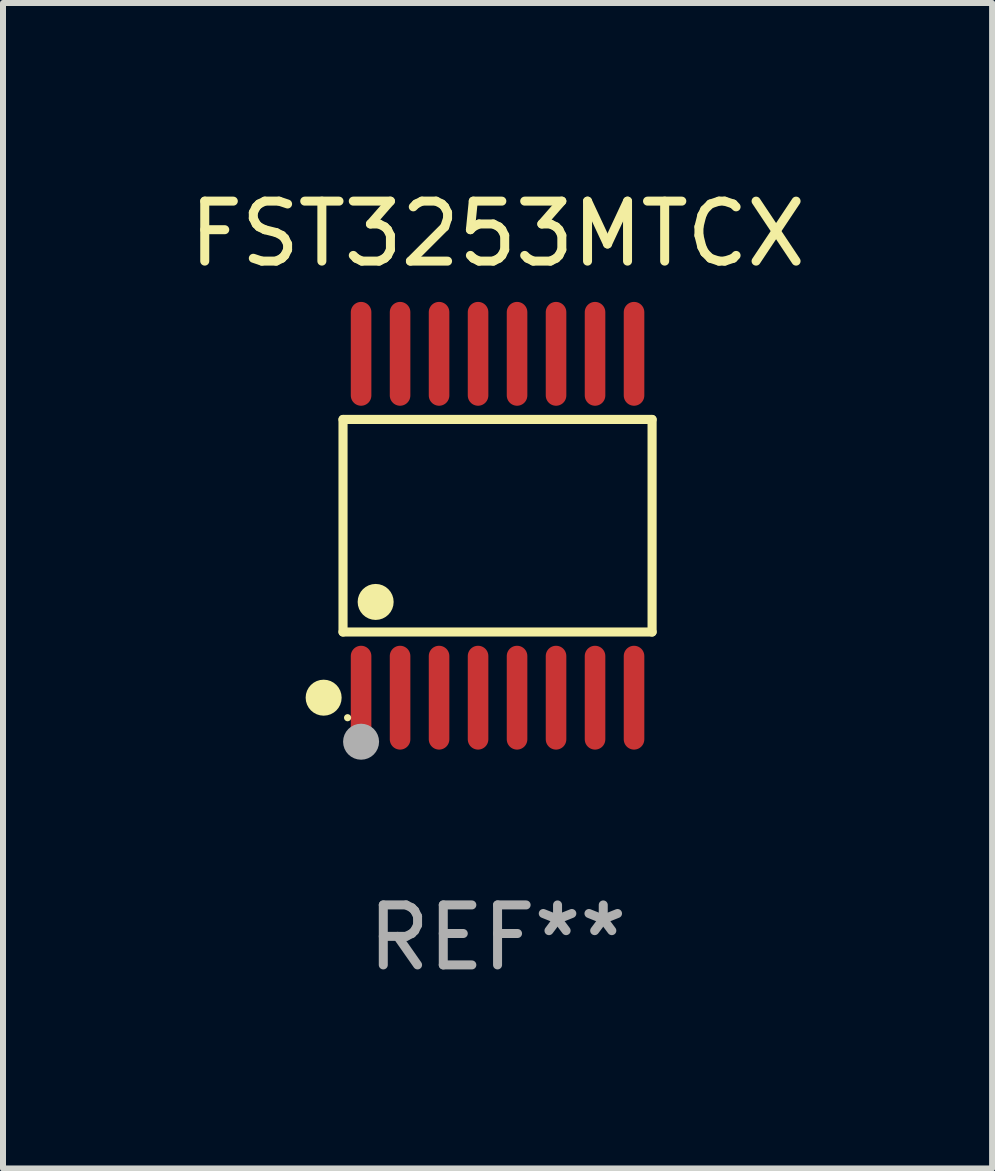
<source format=kicad_pcb>
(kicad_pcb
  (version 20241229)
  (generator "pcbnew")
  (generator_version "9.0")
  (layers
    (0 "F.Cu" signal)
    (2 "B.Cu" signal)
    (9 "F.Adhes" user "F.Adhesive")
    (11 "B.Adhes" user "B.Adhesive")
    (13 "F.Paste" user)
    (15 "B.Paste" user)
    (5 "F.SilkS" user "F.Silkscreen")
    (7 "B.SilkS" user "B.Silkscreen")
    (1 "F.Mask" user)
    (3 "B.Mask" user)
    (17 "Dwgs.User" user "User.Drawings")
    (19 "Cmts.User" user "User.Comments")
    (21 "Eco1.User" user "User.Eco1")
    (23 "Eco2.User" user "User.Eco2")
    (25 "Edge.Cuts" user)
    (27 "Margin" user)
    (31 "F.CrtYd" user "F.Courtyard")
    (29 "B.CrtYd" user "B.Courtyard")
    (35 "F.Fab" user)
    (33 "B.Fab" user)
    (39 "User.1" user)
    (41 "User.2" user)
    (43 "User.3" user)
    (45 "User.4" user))
  (footprint "FST3253MTCX"
    (layer "F.Cu")
    (at 5.244 5.714)
    (property "Reference" "FST3253MTCX" (at 0 -4.866 0) (layer "F.SilkS") (effects (font (size 1 1) (thickness 0.15))))
    (attr through_hole)
    (fp_line (start -2.576 -1.772) (end 2.576 -1.772) (stroke (width 0.152) (type solid)) (layer "F.SilkS"))
    (fp_line (start -2.576 1.771) (end -2.576 -1.772) (stroke (width 0.152) (type solid)) (layer "F.SilkS"))
    (fp_line (start 2.576 -1.772) (end 2.576 1.771) (stroke (width 0.152) (type solid)) (layer "F.SilkS"))
    (fp_line (start 2.576 1.771) (end -2.576 1.771) (stroke (width 0.152) (type solid)) (layer "F.SilkS"))
    (fp_circle (center -2.899 2.866) (end -2.749 2.866) (stroke (width 0.3) (type solid)) (fill no) (layer "F.SilkS"))
    (fp_circle (center -2.5 3.2) (end -2.47 3.2) (stroke (width 0.06) (type solid)) (fill no) (layer "F.SilkS"))
    (fp_circle (center -2.032 1.27) (end -1.882 1.27) (stroke (width 0.3) (type solid)) (fill no) (layer "F.SilkS"))
    (fp_circle (center -2.275 3.6) (end -2.125 3.6) (stroke (width 0.3) (type solid)) (fill no) (layer "F.Fab"))
    (fp_text user "REF**" (at 0 6.866 0) (layer "F.Fab") (effects (font (size 1 1) (thickness 0.15))))
    (pad "1" smd oval (at -2.275 2.866) (size 0.343 1.731) (layers "F.Cu" "F.Mask" "F.Paste"))
    (pad "2" smd oval (at -1.625 2.866) (size 0.343 1.731) (layers "F.Cu" "F.Mask" "F.Paste"))
    (pad "3" smd oval (at -0.975 2.866) (size 0.343 1.731) (layers "F.Cu" "F.Mask" "F.Paste"))
    (pad "4" smd oval (at -0.325 2.866) (size 0.343 1.731) (layers "F.Cu" "F.Mask" "F.Paste"))
    (pad "5" smd oval (at 0.325 2.866) (size 0.343 1.731) (layers "F.Cu" "F.Mask" "F.Paste"))
    (pad "6" smd oval (at 0.975 2.866) (size 0.343 1.731) (layers "F.Cu" "F.Mask" "F.Paste"))
    (pad "7" smd oval (at 1.625 2.866) (size 0.343 1.731) (layers "F.Cu" "F.Mask" "F.Paste"))
    (pad "8" smd oval (at 2.275 2.866) (size 0.343 1.731) (layers "F.Cu" "F.Mask" "F.Paste"))
    (pad "9" smd oval (at 2.275 -2.866) (size 0.343 1.731) (layers "F.Cu" "F.Mask" "F.Paste"))
    (pad "10" smd oval (at 1.625 -2.866) (size 0.343 1.731) (layers "F.Cu" "F.Mask" "F.Paste"))
    (pad "11" smd oval (at 0.975 -2.866) (size 0.343 1.731) (layers "F.Cu" "F.Mask" "F.Paste"))
    (pad "12" smd oval (at 0.325 -2.866) (size 0.343 1.731) (layers "F.Cu" "F.Mask" "F.Paste"))
    (pad "13" smd oval (at -0.325 -2.866) (size 0.343 1.731) (layers "F.Cu" "F.Mask" "F.Paste"))
    (pad "14" smd oval (at -0.975 -2.866) (size 0.343 1.731) (layers "F.Cu" "F.Mask" "F.Paste"))
    (pad "15" smd oval (at -1.625 -2.866) (size 0.343 1.731) (layers "F.Cu" "F.Mask" "F.Paste"))
    (pad "16" smd oval (at -2.275 -2.866) (size 0.343 1.731) (layers "F.Cu" "F.Mask" "F.Paste")))
  (gr_rect
    (start -3 -3)
    (end 13.488 16.428)
    (stroke (width 0.1) (type default))
    (fill no)
    (layer "Edge.Cuts")))
</source>
